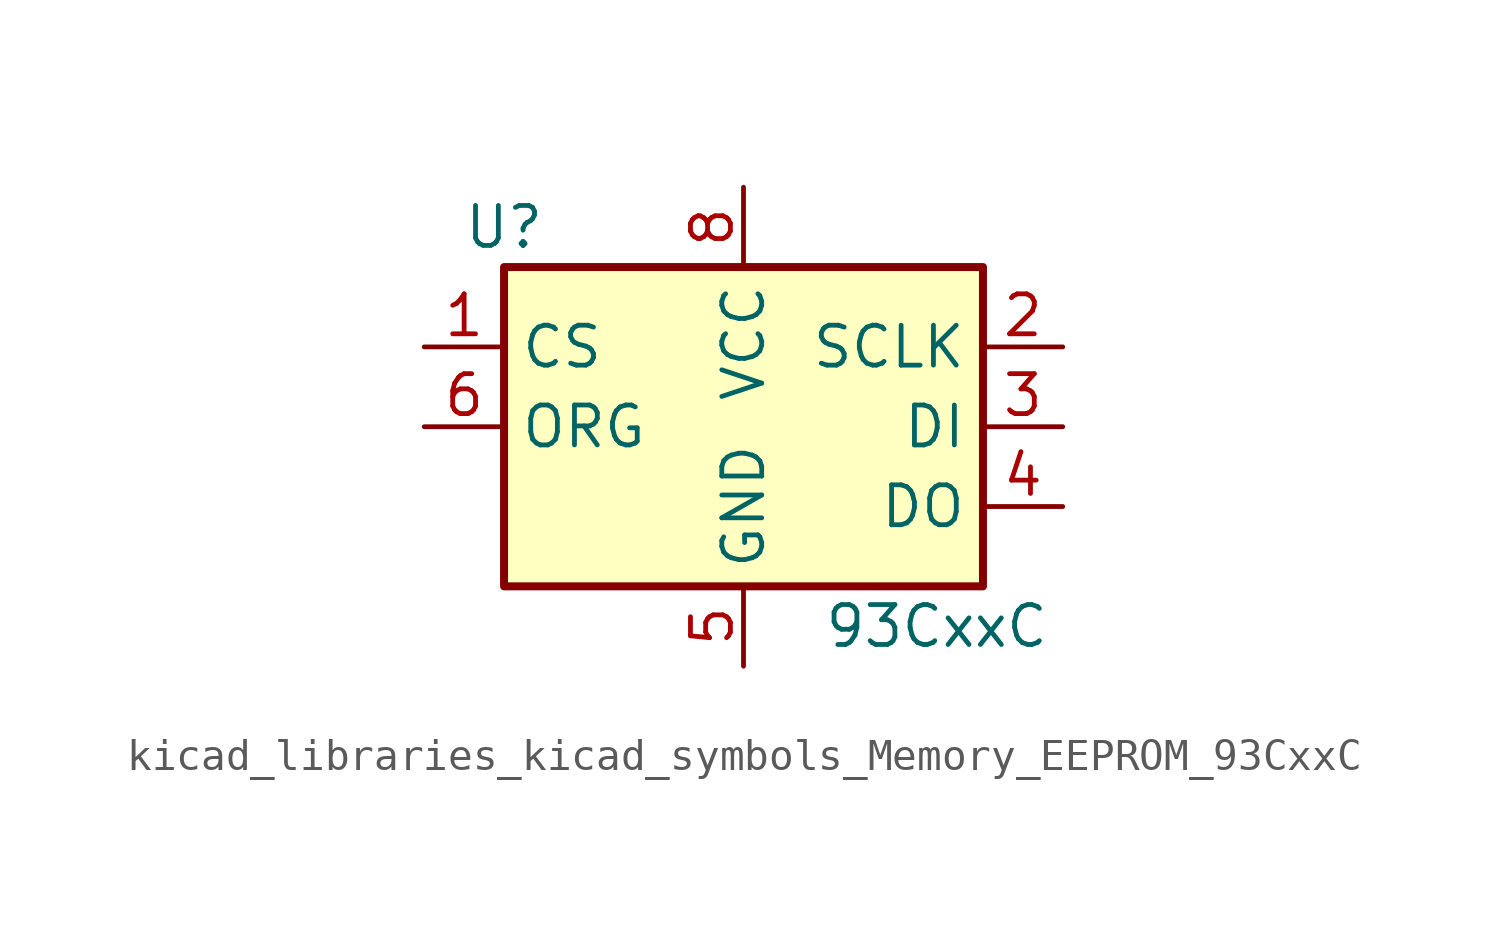
<source format=kicad_sym>
(kicad_symbol_lib
  (version 20220914)
  (generator kicad_symbol_editor)
  (symbol "kicad_libraries_kicad_symbols_Memory_EEPROM_93CxxC"
    (property "Reference" "U"
      (at -7.62 6.35 0)
      (effects (font (size 1.27 1.27))))
    (property "Value" "93CxxC"
      (at 2.54 -6.35 0)
      (effects (font (size 1.27 1.27)) (justify left)))
    (symbol "kicad_libraries_kicad_symbols_Memory_EEPROM_93CxxC_1_1"
      (rectangle (start -7.62 5.08) (end 7.62 -5.08) (stroke (width 0.254) (type default)) (fill (type background)))
      (pin input line (at -10.16 2.54 0) (length 2.54) (name "CS" (effects (font (size 1.27 1.27)))) (number "1" (effects (font (size 1.27 1.27)))))
      (pin input line (at 10.16 2.54 180) (length 2.54) (name "SCLK" (effects (font (size 1.27 1.27)))) (number "2" (effects (font (size 1.27 1.27)))))
      (pin input line (at 10.16 0 180) (length 2.54) (name "DI" (effects (font (size 1.27 1.27)))) (number "3" (effects (font (size 1.27 1.27)))))
      (pin tri_state line (at 10.16 -2.54 180) (length 2.54) (name "DO" (effects (font (size 1.27 1.27)))) (number "4" (effects (font (size 1.27 1.27)))))
      (pin power_in line (at 0 -7.62 90) (length 2.54) (name "GND" (effects (font (size 1.27 1.27)))) (number "5" (effects (font (size 1.27 1.27)))))
      (pin input line (at -10.16 0 0) (length 2.54) (name "ORG" (effects (font (size 1.27 1.27)))) (number "6" (effects (font (size 1.27 1.27)))))
      (pin no_connect line (at -7.62 -2.54 0) (length 2.54) hide (name "NC" (effects (font (size 1.27 1.27)))) (number "7" (effects (font (size 1.27 1.27)))))
      (pin power_in line (at 0 7.62 270) (length 2.54) (name "VCC" (effects (font (size 1.27 1.27)))) (number "8" (effects (font (size 1.27 1.27))))))))
</source>
